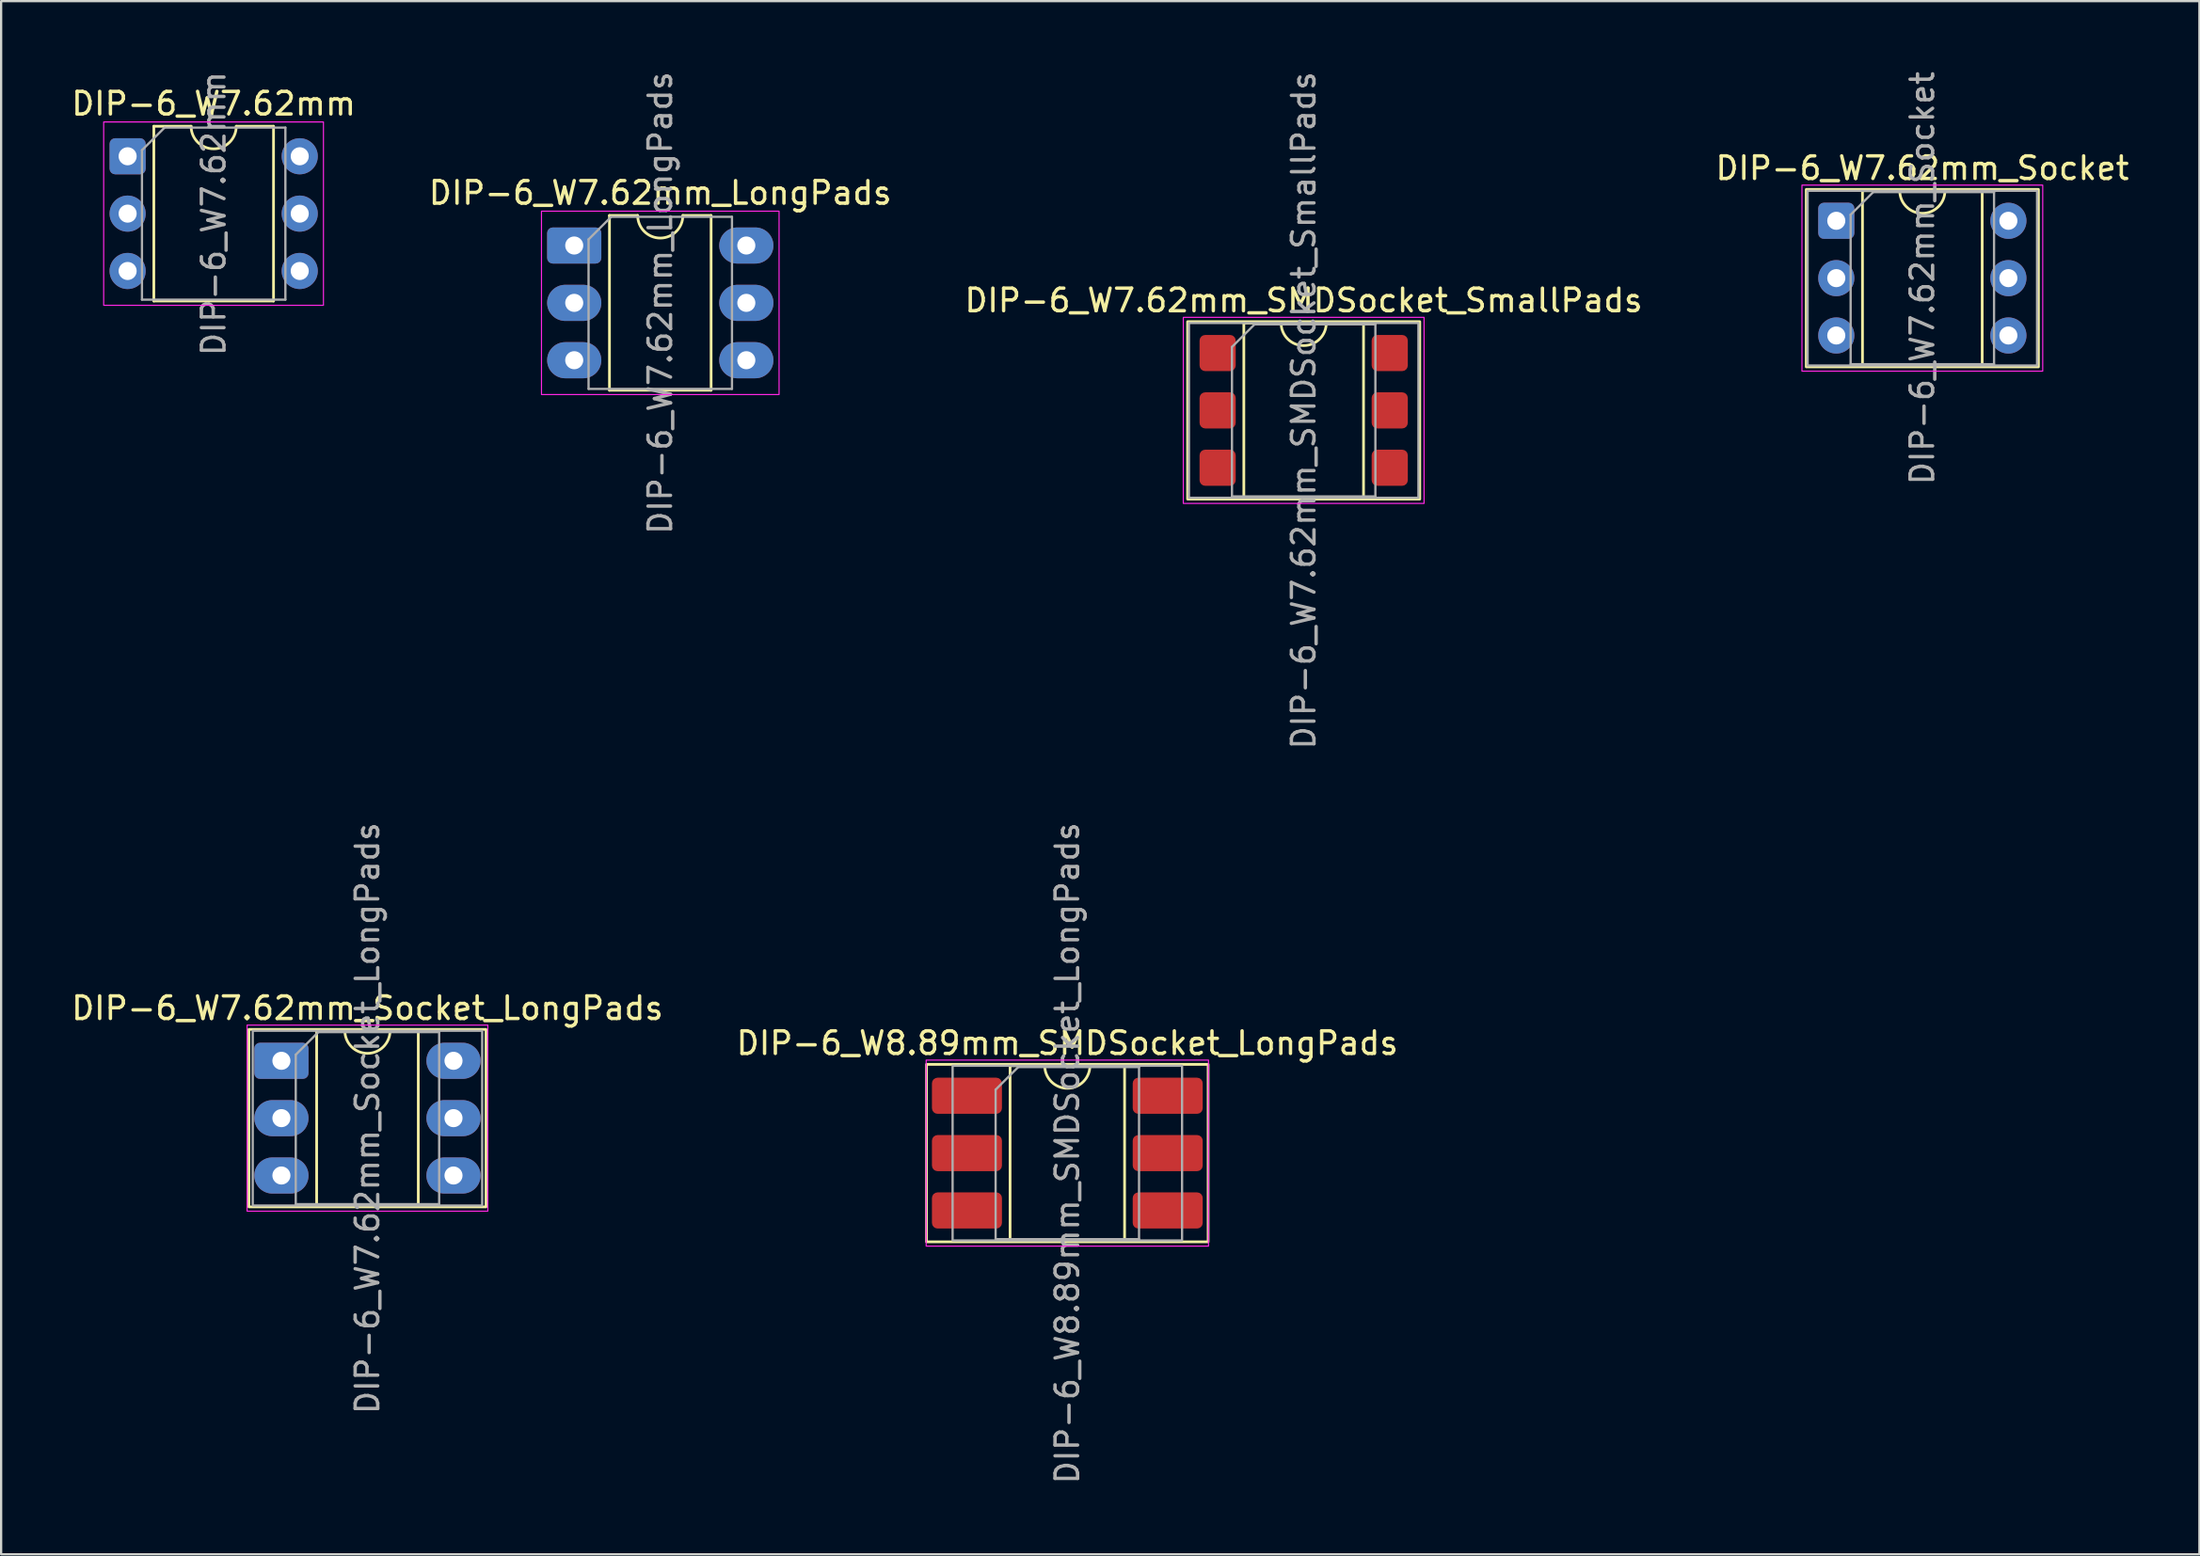
<source format=kicad_pcb>
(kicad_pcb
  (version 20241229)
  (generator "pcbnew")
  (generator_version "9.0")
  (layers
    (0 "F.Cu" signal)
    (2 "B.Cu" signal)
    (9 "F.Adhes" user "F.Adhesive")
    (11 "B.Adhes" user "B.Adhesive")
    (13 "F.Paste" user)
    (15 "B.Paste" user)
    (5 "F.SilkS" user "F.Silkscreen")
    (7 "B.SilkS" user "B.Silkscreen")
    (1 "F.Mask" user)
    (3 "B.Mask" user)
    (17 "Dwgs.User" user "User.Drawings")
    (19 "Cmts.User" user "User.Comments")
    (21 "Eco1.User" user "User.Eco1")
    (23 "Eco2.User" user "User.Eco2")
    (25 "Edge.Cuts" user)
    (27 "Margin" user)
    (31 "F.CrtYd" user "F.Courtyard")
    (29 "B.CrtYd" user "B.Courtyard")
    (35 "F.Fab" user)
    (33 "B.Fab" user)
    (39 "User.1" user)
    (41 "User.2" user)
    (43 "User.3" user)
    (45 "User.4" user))
  (footprint "DIP-6_W7.62mm_Socket_LongPads"
    (layer "F.Cu")
    (at 9.41 43.93)
    (property "Reference" "DIP-6_W7.62mm_Socket_LongPads" (at 3.81 -2.33 0) (layer "F.SilkS") (effects (font (size 1 1) (thickness 0.15))))
    (attr through_hole)
    (fp_line (start 1.56 -1.33) (end 1.56 6.41) (stroke (width 0.12) (type solid)) (layer "F.SilkS"))
    (fp_line (start 1.56 6.41) (end 6.06 6.41) (stroke (width 0.12) (type solid)) (layer "F.SilkS"))
    (fp_line (start 2.81 -1.33) (end 1.56 -1.33) (stroke (width 0.12) (type solid)) (layer "F.SilkS"))
    (fp_line (start 6.06 -1.33) (end 4.81 -1.33) (stroke (width 0.12) (type solid)) (layer "F.SilkS"))
    (fp_line (start 6.06 6.41) (end 6.06 -1.33) (stroke (width 0.12) (type solid)) (layer "F.SilkS"))
    (fp_rect (start -1.44 -1.39) (end 9.06 6.47) (stroke (width 0.12) (type solid)) (fill no) (layer "F.SilkS"))
    (fp_arc (start 4.81 -1.33) (mid 3.81 -0.33) (end 2.81 -1.33) (stroke (width 0.12) (type solid)) (layer "F.SilkS"))
    (fp_rect (start -1.52 -1.58) (end 9.14 6.66) (stroke (width 0.05) (type solid)) (fill no) (layer "F.CrtYd"))
    (fp_line (start 0.635 -0.27) (end 1.635 -1.27) (stroke (width 0.1) (type solid)) (layer "F.Fab"))
    (fp_line (start 0.635 6.35) (end 0.635 -0.27) (stroke (width 0.1) (type solid)) (layer "F.Fab"))
    (fp_line (start 1.635 -1.27) (end 6.985 -1.27) (stroke (width 0.1) (type solid)) (layer "F.Fab"))
    (fp_line (start 6.985 -1.27) (end 6.985 6.35) (stroke (width 0.1) (type solid)) (layer "F.Fab"))
    (fp_line (start 6.985 6.35) (end 0.635 6.35) (stroke (width 0.1) (type solid)) (layer "F.Fab"))
    (fp_rect (start -1.27 -1.33) (end 8.89 6.41) (stroke (width 0.1) (type solid)) (fill no) (layer "F.Fab"))
    (fp_text user "${REFERENCE}" (at 3.81 2.54 90) (layer "F.Fab") (effects (font (size 1 1) (thickness 0.15))))
    (pad "1" thru_hole roundrect (at 0 0) (size 2.4 1.6) (drill 0.8) (layers "*.Cu" "*.Mask") (roundrect_rratio 0.156))
    (pad "2" thru_hole oval (at 0 2.54) (size 2.4 1.6) (drill 0.8) (layers "*.Cu" "*.Mask"))
    (pad "3" thru_hole oval (at 0 5.08) (size 2.4 1.6) (drill 0.8) (layers "*.Cu" "*.Mask"))
    (pad "4" thru_hole oval (at 7.62 5.08) (size 2.4 1.6) (drill 0.8) (layers "*.Cu" "*.Mask"))
    (pad "5" thru_hole oval (at 7.62 2.54) (size 2.4 1.6) (drill 0.8) (layers "*.Cu" "*.Mask"))
    (pad "6" thru_hole oval (at 7.62 0) (size 2.4 1.6) (drill 0.8) (layers "*.Cu" "*.Mask")))
  (footprint "DIP-6_W7.62mm_SMDSocket_SmallPads"
    (layer "F.Cu")
    (at 54.673 15.125)
    (property "Reference" "DIP-6_W7.62mm_SMDSocket_SmallPads" (at 0 -4.87 0) (layer "F.SilkS") (effects (font (size 1 1) (thickness 0.15))))
    (attr smd)
    (fp_line (start -2.65 -3.87) (end -2.65 3.87) (stroke (width 0.12) (type solid)) (layer "F.SilkS"))
    (fp_line (start -2.65 3.87) (end 2.65 3.87) (stroke (width 0.12) (type solid)) (layer "F.SilkS"))
    (fp_line (start -1 -3.87) (end -2.65 -3.87) (stroke (width 0.12) (type solid)) (layer "F.SilkS"))
    (fp_line (start 2.65 -3.87) (end 1 -3.87) (stroke (width 0.12) (type solid)) (layer "F.SilkS"))
    (fp_line (start 2.65 3.87) (end 2.65 -3.87) (stroke (width 0.12) (type solid)) (layer "F.SilkS"))
    (fp_rect (start -5.14 -3.93) (end 5.14 3.93) (stroke (width 0.12) (type solid)) (fill no) (layer "F.SilkS"))
    (fp_arc (start 1 -3.87) (mid 0 -2.87) (end -1 -3.87) (stroke (width 0.12) (type solid)) (layer "F.SilkS"))
    (fp_rect (start -5.33 -4.12) (end 5.33 4.12) (stroke (width 0.05) (type solid)) (fill no) (layer "F.CrtYd"))
    (fp_line (start -3.175 -2.81) (end -2.175 -3.81) (stroke (width 0.1) (type solid)) (layer "F.Fab"))
    (fp_line (start -3.175 3.81) (end -3.175 -2.81) (stroke (width 0.1) (type solid)) (layer "F.Fab"))
    (fp_line (start -2.175 -3.81) (end 3.175 -3.81) (stroke (width 0.1) (type solid)) (layer "F.Fab"))
    (fp_line (start 3.175 -3.81) (end 3.175 3.81) (stroke (width 0.1) (type solid)) (layer "F.Fab"))
    (fp_line (start 3.175 3.81) (end -3.175 3.81) (stroke (width 0.1) (type solid)) (layer "F.Fab"))
    (fp_rect (start -5.08 -3.87) (end 5.08 3.87) (stroke (width 0.1) (type solid)) (fill no) (layer "F.Fab"))
    (fp_text user "${REFERENCE}" (at 0 0 90) (layer "F.Fab") (effects (font (size 1 1) (thickness 0.15))))
    (pad "1" smd roundrect (at -3.81 -2.54) (size 1.6 1.6) (layers "F.Cu" "F.Mask" "F.Paste") (roundrect_rratio 0.156))
    (pad "2" smd roundrect (at -3.81 0) (size 1.6 1.6) (layers "F.Cu" "F.Mask" "F.Paste") (roundrect_rratio 0.156))
    (pad "3" smd roundrect (at -3.81 2.54) (size 1.6 1.6) (layers "F.Cu" "F.Mask" "F.Paste") (roundrect_rratio 0.156))
    (pad "4" smd roundrect (at 3.81 2.54) (size 1.6 1.6) (layers "F.Cu" "F.Mask" "F.Paste") (roundrect_rratio 0.156))
    (pad "5" smd roundrect (at 3.81 0) (size 1.6 1.6) (layers "F.Cu" "F.Mask" "F.Paste") (roundrect_rratio 0.156))
    (pad "6" smd roundrect (at 3.81 -2.54) (size 1.6 1.6) (layers "F.Cu" "F.Mask" "F.Paste") (roundrect_rratio 0.156)))
  (footprint "DIP-6_W7.62mm"
    (layer "F.Cu")
    (at 2.601 3.871)
    (property "Reference" "DIP-6_W7.62mm" (at 3.81 -2.33 0) (layer "F.SilkS") (effects (font (size 1 1) (thickness 0.15))))
    (attr through_hole)
    (fp_line (start 1.16 -1.33) (end 1.16 6.41) (stroke (width 0.12) (type solid)) (layer "F.SilkS"))
    (fp_line (start 1.16 6.41) (end 6.46 6.41) (stroke (width 0.12) (type solid)) (layer "F.SilkS"))
    (fp_line (start 2.81 -1.33) (end 1.16 -1.33) (stroke (width 0.12) (type solid)) (layer "F.SilkS"))
    (fp_line (start 6.46 -1.33) (end 4.81 -1.33) (stroke (width 0.12) (type solid)) (layer "F.SilkS"))
    (fp_line (start 6.46 6.41) (end 6.46 -1.33) (stroke (width 0.12) (type solid)) (layer "F.SilkS"))
    (fp_arc (start 4.81 -1.33) (mid 3.81 -0.33) (end 2.81 -1.33) (stroke (width 0.12) (type solid)) (layer "F.SilkS"))
    (fp_rect (start -1.06 -1.52) (end 8.67 6.6) (stroke (width 0.05) (type solid)) (fill no) (layer "F.CrtYd"))
    (fp_line (start 0.635 -0.27) (end 1.635 -1.27) (stroke (width 0.1) (type solid)) (layer "F.Fab"))
    (fp_line (start 0.635 6.35) (end 0.635 -0.27) (stroke (width 0.1) (type solid)) (layer "F.Fab"))
    (fp_line (start 1.635 -1.27) (end 6.985 -1.27) (stroke (width 0.1) (type solid)) (layer "F.Fab"))
    (fp_line (start 6.985 -1.27) (end 6.985 6.35) (stroke (width 0.1) (type solid)) (layer "F.Fab"))
    (fp_line (start 6.985 6.35) (end 0.635 6.35) (stroke (width 0.1) (type solid)) (layer "F.Fab"))
    (fp_text user "${REFERENCE}" (at 3.81 2.54 90) (layer "F.Fab") (effects (font (size 1 1) (thickness 0.15))))
    (pad "1" thru_hole roundrect (at 0 0) (size 1.6 1.6) (drill 0.8) (layers "*.Cu" "*.Mask") (roundrect_rratio 0.156))
    (pad "2" thru_hole circle (at 0 2.54) (size 1.6 1.6) (drill 0.8) (layers "*.Cu" "*.Mask"))
    (pad "3" thru_hole circle (at 0 5.08) (size 1.6 1.6) (drill 0.8) (layers "*.Cu" "*.Mask"))
    (pad "4" thru_hole circle (at 7.62 5.08) (size 1.6 1.6) (drill 0.8) (layers "*.Cu" "*.Mask"))
    (pad "5" thru_hole circle (at 7.62 2.54) (size 1.6 1.6) (drill 0.8) (layers "*.Cu" "*.Mask"))
    (pad "6" thru_hole circle (at 7.62 0) (size 1.6 1.6) (drill 0.8) (layers "*.Cu" "*.Mask")))
  (footprint "DIP-6_W7.62mm_LongPads"
    (layer "F.Cu")
    (at 22.375 7.823)
    (property "Reference" "DIP-6_W7.62mm_LongPads" (at 3.81 -2.33 0) (layer "F.SilkS") (effects (font (size 1 1) (thickness 0.15))))
    (attr through_hole)
    (fp_line (start 1.56 -1.33) (end 1.56 6.41) (stroke (width 0.12) (type solid)) (layer "F.SilkS"))
    (fp_line (start 1.56 6.41) (end 6.06 6.41) (stroke (width 0.12) (type solid)) (layer "F.SilkS"))
    (fp_line (start 2.81 -1.33) (end 1.56 -1.33) (stroke (width 0.12) (type solid)) (layer "F.SilkS"))
    (fp_line (start 6.06 -1.33) (end 4.81 -1.33) (stroke (width 0.12) (type solid)) (layer "F.SilkS"))
    (fp_line (start 6.06 6.41) (end 6.06 -1.33) (stroke (width 0.12) (type solid)) (layer "F.SilkS"))
    (fp_arc (start 4.81 -1.33) (mid 3.81 -0.33) (end 2.81 -1.33) (stroke (width 0.12) (type solid)) (layer "F.SilkS"))
    (fp_rect (start -1.45 -1.52) (end 9.07 6.6) (stroke (width 0.05) (type solid)) (fill no) (layer "F.CrtYd"))
    (fp_line (start 0.635 -0.27) (end 1.635 -1.27) (stroke (width 0.1) (type solid)) (layer "F.Fab"))
    (fp_line (start 0.635 6.35) (end 0.635 -0.27) (stroke (width 0.1) (type solid)) (layer "F.Fab"))
    (fp_line (start 1.635 -1.27) (end 6.985 -1.27) (stroke (width 0.1) (type solid)) (layer "F.Fab"))
    (fp_line (start 6.985 -1.27) (end 6.985 6.35) (stroke (width 0.1) (type solid)) (layer "F.Fab"))
    (fp_line (start 6.985 6.35) (end 0.635 6.35) (stroke (width 0.1) (type solid)) (layer "F.Fab"))
    (fp_text user "${REFERENCE}" (at 3.81 2.54 90) (layer "F.Fab") (effects (font (size 1 1) (thickness 0.15))))
    (pad "1" thru_hole roundrect (at 0 0) (size 2.4 1.6) (drill 0.8) (layers "*.Cu" "*.Mask") (roundrect_rratio 0.156))
    (pad "2" thru_hole oval (at 0 2.54) (size 2.4 1.6) (drill 0.8) (layers "*.Cu" "*.Mask"))
    (pad "3" thru_hole oval (at 0 5.08) (size 2.4 1.6) (drill 0.8) (layers "*.Cu" "*.Mask"))
    (pad "4" thru_hole oval (at 7.62 5.08) (size 2.4 1.6) (drill 0.8) (layers "*.Cu" "*.Mask"))
    (pad "5" thru_hole oval (at 7.62 2.54) (size 2.4 1.6) (drill 0.8) (layers "*.Cu" "*.Mask"))
    (pad "6" thru_hole oval (at 7.62 0) (size 2.4 1.6) (drill 0.8) (layers "*.Cu" "*.Mask")))
  (footprint "DIP-6_W7.62mm_Socket"
    (layer "F.Cu")
    (at 78.255 6.728)
    (property "Reference" "DIP-6_W7.62mm_Socket" (at 3.81 -2.33 0) (layer "F.SilkS") (effects (font (size 1 1) (thickness 0.15))))
    (attr through_hole)
    (fp_line (start 1.16 -1.33) (end 1.16 6.41) (stroke (width 0.12) (type solid)) (layer "F.SilkS"))
    (fp_line (start 1.16 6.41) (end 6.46 6.41) (stroke (width 0.12) (type solid)) (layer "F.SilkS"))
    (fp_line (start 2.81 -1.33) (end 1.16 -1.33) (stroke (width 0.12) (type solid)) (layer "F.SilkS"))
    (fp_line (start 6.46 -1.33) (end 4.81 -1.33) (stroke (width 0.12) (type solid)) (layer "F.SilkS"))
    (fp_line (start 6.46 6.41) (end 6.46 -1.33) (stroke (width 0.12) (type solid)) (layer "F.SilkS"))
    (fp_rect (start -1.33 -1.39) (end 8.95 6.47) (stroke (width 0.12) (type solid)) (fill no) (layer "F.SilkS"))
    (fp_arc (start 4.81 -1.33) (mid 3.81 -0.33) (end 2.81 -1.33) (stroke (width 0.12) (type solid)) (layer "F.SilkS"))
    (fp_rect (start -1.52 -1.58) (end 9.14 6.66) (stroke (width 0.05) (type solid)) (fill no) (layer "F.CrtYd"))
    (fp_line (start 0.635 -0.27) (end 1.635 -1.27) (stroke (width 0.1) (type solid)) (layer "F.Fab"))
    (fp_line (start 0.635 6.35) (end 0.635 -0.27) (stroke (width 0.1) (type solid)) (layer "F.Fab"))
    (fp_line (start 1.635 -1.27) (end 6.985 -1.27) (stroke (width 0.1) (type solid)) (layer "F.Fab"))
    (fp_line (start 6.985 -1.27) (end 6.985 6.35) (stroke (width 0.1) (type solid)) (layer "F.Fab"))
    (fp_line (start 6.985 6.35) (end 0.635 6.35) (stroke (width 0.1) (type solid)) (layer "F.Fab"))
    (fp_rect (start -1.27 -1.33) (end 8.89 6.41) (stroke (width 0.1) (type solid)) (fill no) (layer "F.Fab"))
    (fp_text user "${REFERENCE}" (at 3.81 2.54 90) (layer "F.Fab") (effects (font (size 1 1) (thickness 0.15))))
    (pad "1" thru_hole roundrect (at 0 0) (size 1.6 1.6) (drill 0.8) (layers "*.Cu" "*.Mask") (roundrect_rratio 0.156))
    (pad "2" thru_hole circle (at 0 2.54) (size 1.6 1.6) (drill 0.8) (layers "*.Cu" "*.Mask"))
    (pad "3" thru_hole circle (at 0 5.08) (size 1.6 1.6) (drill 0.8) (layers "*.Cu" "*.Mask"))
    (pad "4" thru_hole circle (at 7.62 5.08) (size 1.6 1.6) (drill 0.8) (layers "*.Cu" "*.Mask"))
    (pad "5" thru_hole circle (at 7.62 2.54) (size 1.6 1.6) (drill 0.8) (layers "*.Cu" "*.Mask"))
    (pad "6" thru_hole circle (at 7.62 0) (size 1.6 1.6) (drill 0.8) (layers "*.Cu" "*.Mask")))
  (footprint "DIP-6_W8.89mm_SMDSocket_LongPads"
    (layer "F.Cu")
    (at 44.208 48.018)
    (property "Reference" "DIP-6_W8.89mm_SMDSocket_LongPads" (at 0 -4.87 0) (layer "F.SilkS") (effects (font (size 1 1) (thickness 0.15))))
    (attr smd)
    (fp_line (start -2.535 -3.87) (end -2.535 3.87) (stroke (width 0.12) (type solid)) (layer "F.SilkS"))
    (fp_line (start -2.535 3.87) (end 2.535 3.87) (stroke (width 0.12) (type solid)) (layer "F.SilkS"))
    (fp_line (start -1 -3.87) (end -2.535 -3.87) (stroke (width 0.12) (type solid)) (layer "F.SilkS"))
    (fp_line (start 2.535 -3.87) (end 1 -3.87) (stroke (width 0.12) (type solid)) (layer "F.SilkS"))
    (fp_line (start 2.535 3.87) (end 2.535 -3.87) (stroke (width 0.12) (type solid)) (layer "F.SilkS"))
    (fp_rect (start -6.235 -3.93) (end 6.235 3.93) (stroke (width 0.12) (type solid)) (fill no) (layer "F.SilkS"))
    (fp_arc (start 1 -3.87) (mid 0 -2.87) (end -1 -3.87) (stroke (width 0.12) (type solid)) (layer "F.SilkS"))
    (fp_rect (start -6.25 -4.12) (end 6.25 4.12) (stroke (width 0.05) (type solid)) (fill no) (layer "F.CrtYd"))
    (fp_line (start -3.175 -2.81) (end -2.175 -3.81) (stroke (width 0.1) (type solid)) (layer "F.Fab"))
    (fp_line (start -3.175 3.81) (end -3.175 -2.81) (stroke (width 0.1) (type solid)) (layer "F.Fab"))
    (fp_line (start -2.175 -3.81) (end 3.175 -3.81) (stroke (width 0.1) (type solid)) (layer "F.Fab"))
    (fp_line (start 3.175 -3.81) (end 3.175 3.81) (stroke (width 0.1) (type solid)) (layer "F.Fab"))
    (fp_line (start 3.175 3.81) (end -3.175 3.81) (stroke (width 0.1) (type solid)) (layer "F.Fab"))
    (fp_rect (start -5.08 -3.87) (end 5.08 3.87) (stroke (width 0.1) (type solid)) (fill no) (layer "F.Fab"))
    (fp_text user "${REFERENCE}" (at 0 0 90) (layer "F.Fab") (effects (font (size 1 1) (thickness 0.15))))
    (pad "1" smd roundrect (at -4.445 -2.54) (size 3.1 1.6) (layers "F.Cu" "F.Mask" "F.Paste") (roundrect_rratio 0.156))
    (pad "2" smd roundrect (at -4.445 0) (size 3.1 1.6) (layers "F.Cu" "F.Mask" "F.Paste") (roundrect_rratio 0.156))
    (pad "3" smd roundrect (at -4.445 2.54) (size 3.1 1.6) (layers "F.Cu" "F.Mask" "F.Paste") (roundrect_rratio 0.156))
    (pad "4" smd roundrect (at 4.445 2.54) (size 3.1 1.6) (layers "F.Cu" "F.Mask" "F.Paste") (roundrect_rratio 0.156))
    (pad "5" smd roundrect (at 4.445 0) (size 3.1 1.6) (layers "F.Cu" "F.Mask" "F.Paste") (roundrect_rratio 0.156))
    (pad "6" smd roundrect (at 4.445 -2.54) (size 3.1 1.6) (layers "F.Cu" "F.Mask" "F.Paste") (roundrect_rratio 0.156)))
  (gr_rect
    (start -3 -3)
    (end 94.333 65.786)
    (stroke (width 0.1) (type default))
    (fill no)
    (layer "Edge.Cuts")))
</source>
